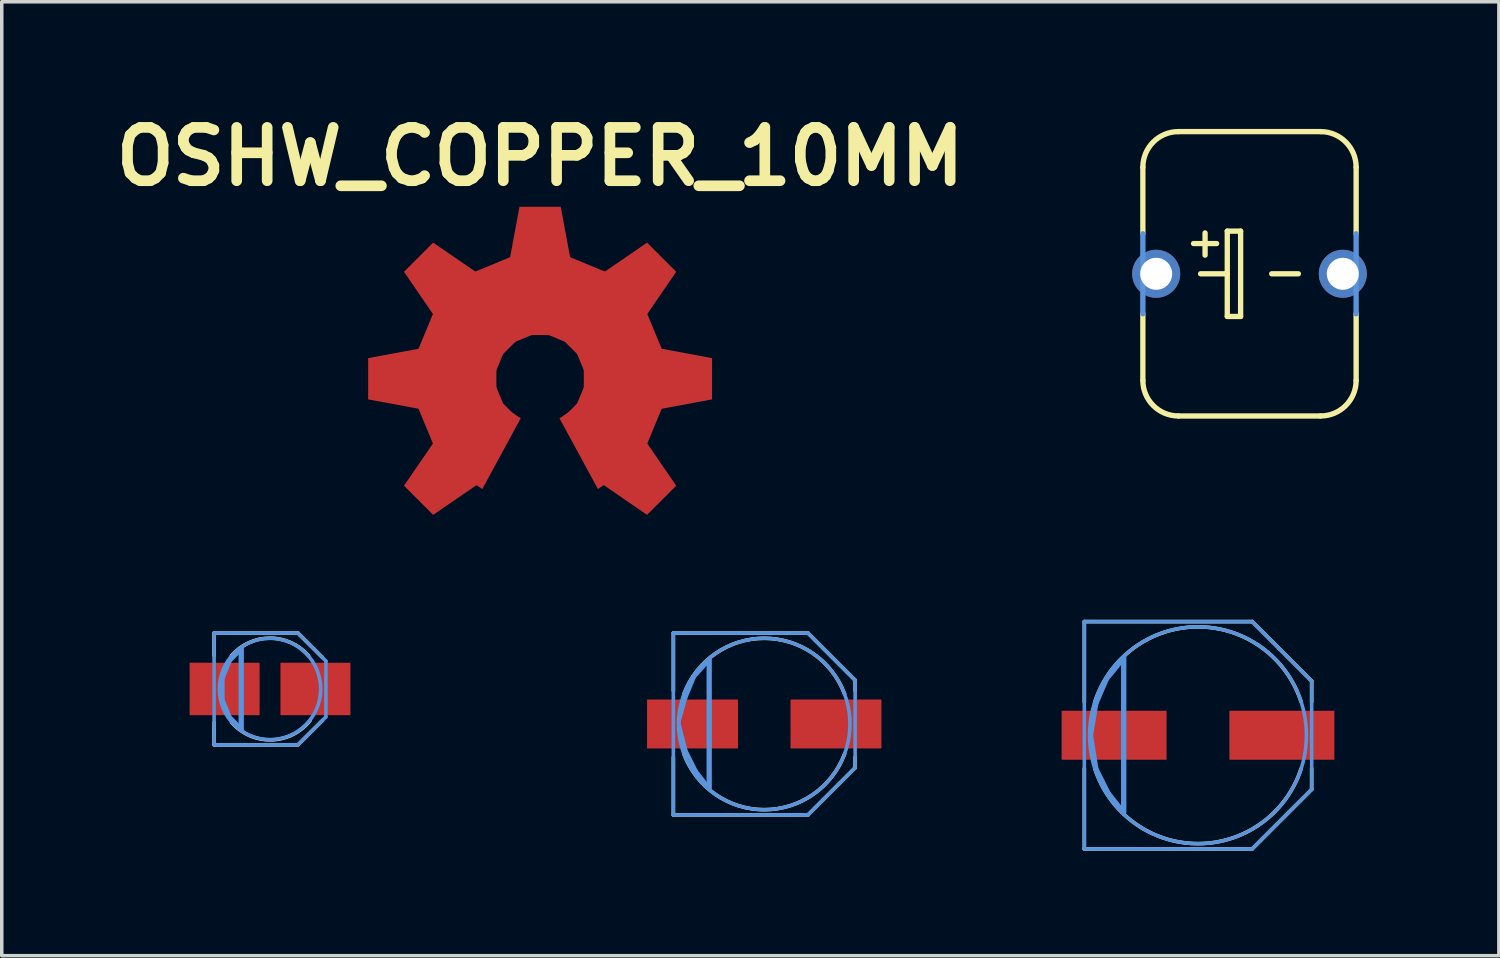
<source format=kicad_pcb>
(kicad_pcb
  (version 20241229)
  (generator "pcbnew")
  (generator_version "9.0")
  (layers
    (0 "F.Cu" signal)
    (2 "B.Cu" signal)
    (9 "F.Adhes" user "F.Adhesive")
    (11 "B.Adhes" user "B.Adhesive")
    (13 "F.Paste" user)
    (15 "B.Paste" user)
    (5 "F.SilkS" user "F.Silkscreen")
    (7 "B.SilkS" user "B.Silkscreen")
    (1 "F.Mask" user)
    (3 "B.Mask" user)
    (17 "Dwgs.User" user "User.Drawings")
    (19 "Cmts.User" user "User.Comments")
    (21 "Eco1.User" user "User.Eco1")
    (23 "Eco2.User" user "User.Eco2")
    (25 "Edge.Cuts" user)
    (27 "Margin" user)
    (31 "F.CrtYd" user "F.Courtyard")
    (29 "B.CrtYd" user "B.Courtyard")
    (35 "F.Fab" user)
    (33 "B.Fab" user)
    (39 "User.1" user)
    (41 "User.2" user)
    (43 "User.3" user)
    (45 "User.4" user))
  (footprint "PANASONIC_C"
    (layer "F.Cu")
    (at 18.795 17.644)
    (property "Reference" "PANASONIC_C" (at -0.566 -2.24 0) (layer "Eco1.User") (effects (font (size 1.016 1.016) (thickness 0.081))))
    (attr through_hole)
    (fp_line (start -2.598 -2.598) (end 1.25 -2.598) (stroke (width 0.102) (type solid)) (layer "F.SilkS"))
    (fp_line (start -2.598 -0.95) (end -2.598 -2.598) (stroke (width 0.102) (type solid)) (layer "F.SilkS"))
    (fp_line (start -2.598 2.598) (end -2.598 0.95) (stroke (width 0.102) (type solid)) (layer "F.SilkS"))
    (fp_line (start 1.25 -2.598) (end 2.598 -1.25) (stroke (width 0.102) (type solid)) (layer "F.SilkS"))
    (fp_line (start 1.25 2.598) (end -2.598 2.598) (stroke (width 0.102) (type solid)) (layer "F.SilkS"))
    (fp_line (start 2.598 -1.25) (end 2.598 -0.95) (stroke (width 0.102) (type solid)) (layer "F.SilkS"))
    (fp_line (start 2.598 0.95) (end 2.598 1.25) (stroke (width 0.102) (type solid)) (layer "F.SilkS"))
    (fp_line (start 2.598 1.25) (end 1.25 2.598) (stroke (width 0.102) (type solid)) (layer "F.SilkS"))
    (fp_arc (start -2.2987 -0.84836) (mid -0.001833 -2.450252) (end 2.297428 -0.851799) (stroke (width 0.1016) (type solid)) (layer "F.SilkS"))
    (fp_arc (start 2.297428 0.851799) (mid -0.001833 2.450252) (end -2.2987 0.84836) (stroke (width 0.1016) (type solid)) (layer "F.SilkS"))
    (fp_line (start -2.598 -2.598) (end 1.25 -2.598) (stroke (width 0.102) (type solid)) (layer "Cmts.User"))
    (fp_line (start -2.598 2.598) (end -2.598 -2.598) (stroke (width 0.102) (type solid)) (layer "Cmts.User"))
    (fp_line (start -2.449 -0.048) (end -2.248 0.749) (stroke (width 0.102) (type solid)) (layer "Cmts.User"))
    (fp_line (start -2.248 -0.749) (end -2.449 -0.048) (stroke (width 0.102) (type solid)) (layer "Cmts.User"))
    (fp_line (start -2.248 0.749) (end -1.948 1.349) (stroke (width 0.102) (type solid)) (layer "Cmts.User"))
    (fp_line (start -1.999 -1.349) (end -2.248 -0.749) (stroke (width 0.102) (type solid)) (layer "Cmts.User"))
    (fp_line (start -1.948 1.349) (end -1.598 1.798) (stroke (width 0.102) (type solid)) (layer "Cmts.User"))
    (fp_line (start -1.598 -1.798) (end -1.999 -1.349) (stroke (width 0.102) (type solid)) (layer "Cmts.User"))
    (fp_line (start -1.598 1.798) (end -1.598 -1.798) (stroke (width 0.102) (type solid)) (layer "Cmts.User"))
    (fp_line (start -1.549 -1.849) (end -1.549 1.849) (stroke (width 0.102) (type solid)) (layer "Cmts.User"))
    (fp_line (start 1.25 -2.598) (end 2.598 -1.25) (stroke (width 0.102) (type solid)) (layer "Cmts.User"))
    (fp_line (start 1.25 2.598) (end -2.598 2.598) (stroke (width 0.102) (type solid)) (layer "Cmts.User"))
    (fp_line (start 2.598 -1.25) (end 2.598 1.25) (stroke (width 0.102) (type solid)) (layer "Cmts.User"))
    (fp_line (start 2.598 1.25) (end 1.25 2.598) (stroke (width 0.102) (type solid)) (layer "Cmts.User"))
    (fp_circle (center 0 0) (end 2.449 0) (stroke (width 0.102) (type solid)) (fill no) (layer "Cmts.User"))
    (pad "+" smd rect (at 2.05 0) (size 2.598 1.4) (layers "F.Cu" "F.Mask" "F.Paste"))
    (pad "-" smd rect (at -2.05 0) (size 2.598 1.4) (layers "F.Cu" "F.Mask" "F.Paste")))
  (footprint "P128-60"
    (layer "F.Cu")
    (at 32.665 4.776)
    (property "Reference" "P128-60" (at -0.381 -3.81 0) (layer "Eco1.User") (effects (font (size 1.27 1.27) (thickness 0.127))))
    (attr through_hole)
    (fp_line (start -3.048 -3.048) (end -3.048 -1.143) (stroke (width 0.152) (type solid)) (layer "F.SilkS"))
    (fp_line (start -3.048 1.143) (end -3.048 3.048) (stroke (width 0.152) (type solid)) (layer "F.SilkS"))
    (fp_line (start -2.032 4.064) (end 2.032 4.064) (stroke (width 0.152) (type solid)) (layer "F.SilkS"))
    (fp_line (start -1.397 0) (end -0.635 0) (stroke (width 0.152) (type solid)) (layer "F.SilkS"))
    (fp_line (start -1.27 -1.168) (end -1.27 -0.533) (stroke (width 0.152) (type solid)) (layer "F.SilkS"))
    (fp_line (start -0.94 -0.864) (end -1.6 -0.864) (stroke (width 0.152) (type solid)) (layer "F.SilkS"))
    (fp_line (start -0.635 -1.219) (end -0.635 0) (stroke (width 0.152) (type solid)) (layer "F.SilkS"))
    (fp_line (start -0.635 0) (end -0.635 1.219) (stroke (width 0.152) (type solid)) (layer "F.SilkS"))
    (fp_line (start -0.635 1.219) (end -0.254 1.219) (stroke (width 0.152) (type solid)) (layer "F.SilkS"))
    (fp_line (start -0.254 -1.219) (end -0.635 -1.219) (stroke (width 0.152) (type solid)) (layer "F.SilkS"))
    (fp_line (start -0.254 1.219) (end -0.254 -1.219) (stroke (width 0.152) (type solid)) (layer "F.SilkS"))
    (fp_line (start 0.635 0) (end 1.397 0) (stroke (width 0.152) (type solid)) (layer "F.SilkS"))
    (fp_line (start 2.032 -4.064) (end -2.032 -4.064) (stroke (width 0.152) (type solid)) (layer "F.SilkS"))
    (fp_line (start 3.048 -3.048) (end 3.048 -1.143) (stroke (width 0.152) (type solid)) (layer "F.SilkS"))
    (fp_line (start 3.048 1.143) (end 3.048 3.048) (stroke (width 0.152) (type solid)) (layer "F.SilkS"))
    (fp_arc (start -3.048 -3.048) (mid -2.75042 -3.76642) (end -2.032 -4.064) (stroke (width 0.1524) (type solid)) (layer "F.SilkS"))
    (fp_arc (start -2.032 4.064) (mid -2.75042 3.76642) (end -3.048 3.048) (stroke (width 0.1524) (type solid)) (layer "F.SilkS"))
    (fp_arc (start 2.032 -4.064) (mid 2.75042 -3.76642) (end 3.048 -3.048) (stroke (width 0.1524) (type solid)) (layer "F.SilkS"))
    (fp_arc (start 3.048 3.048) (mid 2.75042 3.76642) (end 2.032 4.064) (stroke (width 0.1524) (type solid)) (layer "F.SilkS"))
    (fp_line (start -3.048 1.143) (end -3.048 -1.143) (stroke (width 0.152) (type solid)) (layer "Cmts.User"))
    (fp_line (start 3.048 1.143) (end 3.048 -1.143) (stroke (width 0.152) (type solid)) (layer "Cmts.User"))
    (pad "+" thru_hole oval (at -2.667 0) (size 1.372 1.372) (drill 0.914) (layers "*.Cu" "*.Mask"))
    (pad "-" thru_hole oval (at 2.667 0) (size 1.372 1.372) (drill 0.914) (layers "*.Cu" "*.Mask")))
  (footprint "OSHW_COPPER_10MM"
    (layer "F.Cu")
    (at 12.388 7.776)
    (property "Reference" "OSHW_COPPER_10MM" (at 0 -6.35 0) (layer "F.SilkS") (effects (font (size 1.524 1.524) (thickness 0.305))))
    (attr through_hole)
    (pad "" smd trapezoid (at -4.166 0 270) (size 1.458 1.499) (rect_delta 0 -0.279) (layers "F.Cu" "F.Mask" "F.Paste"))
    (pad "" smd trapezoid (at -2.944 -2.944 225) (size 1.458 1.499) (rect_delta 0 -0.279) (layers "F.Cu" "F.Mask" "F.Paste"))
    (pad "" smd trapezoid (at -2.944 2.944 315) (size 1.458 1.499) (rect_delta 0 -0.279) (layers "F.Cu" "F.Mask" "F.Paste"))
    (pad "" smd trapezoid (at -2.395 0 270) (size 1.082 2.291) (rect_delta 0 0.414) (layers "F.Cu" "F.Mask" "F.Paste"))
    (pad "" smd trapezoid (at -2.212 -0.914 247.5) (size 1.082 2.291) (rect_delta 0 0.414) (layers "F.Cu" "F.Mask" "F.Paste"))
    (pad "" smd trapezoid (at -2.212 0.914 292.5) (size 1.082 2.291) (rect_delta 0 0.414) (layers "F.Cu" "F.Mask" "F.Paste"))
    (pad "" smd trapezoid (at -1.692 -1.692 225) (size 1.082 2.291) (rect_delta 0 0.414) (layers "F.Cu" "F.Mask" "F.Paste"))
    (pad "" smd trapezoid (at -1.692 1.692 315) (size 1.082 2.291) (rect_delta 0 0.414) (layers "F.Cu" "F.Mask" "F.Paste"))
    (pad "" smd trapezoid (at -1.328 1.991 326.3) (size 0.541 2.291) (rect_delta 0 0.208) (layers "F.Cu" "F.Mask" "F.Paste"))
    (pad "" smd trapezoid (at -0.914 -2.212 202.5) (size 1.082 2.291) (rect_delta 0 0.414) (layers "F.Cu" "F.Mask" "F.Paste"))
    (pad "" smd trapezoid (at 0 -4.166 180) (size 1.458 1.499) (rect_delta 0 -0.279) (layers "F.Cu" "F.Mask" "F.Paste"))
    (pad "" smd trapezoid (at 0 -2.395 180) (size 1.082 2.291) (rect_delta 0 0.414) (layers "F.Cu" "F.Mask" "F.Paste"))
    (pad "" smd trapezoid (at 0.914 -2.212 157.5) (size 1.082 2.291) (rect_delta 0 0.414) (layers "F.Cu" "F.Mask" "F.Paste"))
    (pad "" smd trapezoid (at 1.328 1.991 33.7) (size 0.541 2.291) (rect_delta 0 0.208) (layers "F.Cu" "F.Mask" "F.Paste"))
    (pad "" smd trapezoid (at 1.692 -1.692 135) (size 1.082 2.291) (rect_delta 0 0.414) (layers "F.Cu" "F.Mask" "F.Paste"))
    (pad "" smd trapezoid (at 1.692 1.692 45) (size 1.082 2.291) (rect_delta 0 0.414) (layers "F.Cu" "F.Mask" "F.Paste"))
    (pad "" smd trapezoid (at 2.212 -0.914 112.5) (size 1.082 2.291) (rect_delta 0 0.414) (layers "F.Cu" "F.Mask" "F.Paste"))
    (pad "" smd trapezoid (at 2.212 0.914 67.5) (size 1.082 2.291) (rect_delta 0 0.414) (layers "F.Cu" "F.Mask" "F.Paste"))
    (pad "" smd trapezoid (at 2.395 0 90) (size 1.082 2.291) (rect_delta 0 0.414) (layers "F.Cu" "F.Mask" "F.Paste"))
    (pad "" smd trapezoid (at 2.944 -2.944 135) (size 1.458 1.499) (rect_delta 0 -0.279) (layers "F.Cu" "F.Mask" "F.Paste"))
    (pad "" smd trapezoid (at 2.944 2.944 45) (size 1.458 1.499) (rect_delta 0 -0.279) (layers "F.Cu" "F.Mask" "F.Paste"))
    (pad "" smd trapezoid (at 4.166 0 90) (size 1.458 1.499) (rect_delta 0 -0.279) (layers "F.Cu" "F.Mask" "F.Paste")))
  (footprint "PANASONIC_D"
    (layer "F.Cu")
    (at 31.193 17.966)
    (property "Reference" "PANASONIC_D" (at 0.284 -0.49 0) (layer "Eco1.User") (effects (font (size 1.016 1.016) (thickness 0.081))))
    (attr through_hole)
    (fp_line (start -3.249 -3.249) (end 1.549 -3.249) (stroke (width 0.102) (type solid)) (layer "F.SilkS"))
    (fp_line (start -3.249 -0.95) (end -3.249 -3.249) (stroke (width 0.102) (type solid)) (layer "F.SilkS"))
    (fp_line (start -3.249 3.249) (end -3.249 0.95) (stroke (width 0.102) (type solid)) (layer "F.SilkS"))
    (fp_line (start 1.549 -3.249) (end 3.249 -1.549) (stroke (width 0.102) (type solid)) (layer "F.SilkS"))
    (fp_line (start 1.549 3.249) (end -3.249 3.249) (stroke (width 0.102) (type solid)) (layer "F.SilkS"))
    (fp_line (start 3.249 -1.549) (end 3.249 -0.95) (stroke (width 0.102) (type solid)) (layer "F.SilkS"))
    (fp_line (start 3.249 0.95) (end 3.249 1.549) (stroke (width 0.102) (type solid)) (layer "F.SilkS"))
    (fp_line (start 3.249 1.549) (end 1.549 3.249) (stroke (width 0.102) (type solid)) (layer "F.SilkS"))
    (fp_arc (start -2.94894 -0.94996) (mid -0.0024 -3.098171) (end 2.947465 -0.954527) (stroke (width 0.1016) (type solid)) (layer "F.SilkS"))
    (fp_arc (start 2.947465 0.954527) (mid -0.0024 3.098171) (end -2.94894 0.94996) (stroke (width 0.1016) (type solid)) (layer "F.SilkS"))
    (fp_line (start -3.249 -3.249) (end 1.549 -3.249) (stroke (width 0.102) (type solid)) (layer "Cmts.User"))
    (fp_line (start -3.249 3.249) (end -3.249 -3.249) (stroke (width 0.102) (type solid)) (layer "Cmts.User"))
    (fp_line (start -3.048 0) (end -2.898 0.95) (stroke (width 0.102) (type solid)) (layer "Cmts.User"))
    (fp_line (start -2.898 -0.899) (end -3.048 0) (stroke (width 0.102) (type solid)) (layer "Cmts.User"))
    (fp_line (start -2.898 0.95) (end -2.548 1.648) (stroke (width 0.102) (type solid)) (layer "Cmts.User"))
    (fp_line (start -2.598 -1.598) (end -2.898 -0.899) (stroke (width 0.102) (type solid)) (layer "Cmts.User"))
    (fp_line (start -2.548 1.648) (end -2.149 2.149) (stroke (width 0.102) (type solid)) (layer "Cmts.User"))
    (fp_line (start -2.149 -2.149) (end -2.598 -1.598) (stroke (width 0.102) (type solid)) (layer "Cmts.User"))
    (fp_line (start -2.149 -2.098) (end -2.149 -2.149) (stroke (width 0.102) (type solid)) (layer "Cmts.User"))
    (fp_line (start -2.149 2.149) (end -2.149 -2.098) (stroke (width 0.102) (type solid)) (layer "Cmts.User"))
    (fp_line (start -2.098 -2.248) (end -2.098 2.2) (stroke (width 0.102) (type solid)) (layer "Cmts.User"))
    (fp_line (start 1.549 -3.249) (end 3.249 -1.549) (stroke (width 0.102) (type solid)) (layer "Cmts.User"))
    (fp_line (start 1.549 3.249) (end -3.249 3.249) (stroke (width 0.102) (type solid)) (layer "Cmts.User"))
    (fp_line (start 3.249 -1.549) (end 3.249 1.549) (stroke (width 0.102) (type solid)) (layer "Cmts.User"))
    (fp_line (start 3.249 1.549) (end 1.549 3.249) (stroke (width 0.102) (type solid)) (layer "Cmts.User"))
    (fp_circle (center 0 0) (end 3.099 0) (stroke (width 0.102) (type solid)) (fill no) (layer "Cmts.User"))
    (pad "+" smd rect (at 2.398 0) (size 3 1.4) (layers "F.Cu" "F.Mask" "F.Paste"))
    (pad "-" smd rect (at -2.398 0) (size 3 1.4) (layers "F.Cu" "F.Mask" "F.Paste")))
  (footprint "PANASONIC_A"
    (layer "F.Cu")
    (at 4.668 16.643)
    (property "Reference" "PANASONIC_A" (at 0.384 -1.24 0) (layer "Eco1.User") (effects (font (size 1.016 1.016) (thickness 0.081))))
    (attr through_hole)
    (fp_line (start -1.598 -1.598) (end 0.798 -1.598) (stroke (width 0.102) (type solid)) (layer "F.SilkS"))
    (fp_line (start -1.598 -0.95) (end -1.598 -1.598) (stroke (width 0.102) (type solid)) (layer "F.SilkS"))
    (fp_line (start -1.598 1.598) (end -1.598 0.95) (stroke (width 0.102) (type solid)) (layer "F.SilkS"))
    (fp_line (start 0.798 -1.598) (end 1.499 -0.899) (stroke (width 0.102) (type solid)) (layer "F.SilkS"))
    (fp_line (start 0.798 1.598) (end -1.598 1.598) (stroke (width 0.102) (type solid)) (layer "F.SilkS"))
    (fp_line (start 1.499 0.899) (end 0.798 1.598) (stroke (width 0.102) (type solid)) (layer "F.SilkS"))
    (fp_arc (start -1.09982 -0.94996) (mid -0.000798 -1.453282) (end 1.098776 -0.951168) (stroke (width 0.1016) (type solid)) (layer "F.SilkS"))
    (fp_arc (start 1.146957 0.89885) (mid 0.035635 1.454829) (end -1.09982 0.94996) (stroke (width 0.1016) (type solid)) (layer "F.SilkS"))
    (fp_line (start -1.598 -1.598) (end 0.798 -1.598) (stroke (width 0.102) (type solid)) (layer "Cmts.User"))
    (fp_line (start -1.598 1.598) (end -1.598 -1.598) (stroke (width 0.102) (type solid)) (layer "Cmts.User"))
    (fp_line (start -1.349 -0.3) (end -1.349 0.3) (stroke (width 0.102) (type solid)) (layer "Cmts.User"))
    (fp_line (start -1.349 0.3) (end -1.148 0.798) (stroke (width 0.102) (type solid)) (layer "Cmts.User"))
    (fp_line (start -1.148 -0.798) (end -1.349 -0.3) (stroke (width 0.102) (type solid)) (layer "Cmts.User"))
    (fp_line (start -1.148 0.798) (end -0.848 1.1) (stroke (width 0.102) (type solid)) (layer "Cmts.User"))
    (fp_line (start -0.848 -1.1) (end -1.148 -0.798) (stroke (width 0.102) (type solid)) (layer "Cmts.User"))
    (fp_line (start -0.848 -1.049) (end -0.848 -1.1) (stroke (width 0.102) (type solid)) (layer "Cmts.User"))
    (fp_line (start -0.848 1.1) (end -0.848 -1.049) (stroke (width 0.102) (type solid)) (layer "Cmts.User"))
    (fp_line (start -0.798 -1.199) (end -0.798 1.199) (stroke (width 0.102) (type solid)) (layer "Cmts.User"))
    (fp_line (start 0.798 -1.598) (end 1.598 -0.798) (stroke (width 0.102) (type solid)) (layer "Cmts.User"))
    (fp_line (start 0.798 1.598) (end -1.598 1.598) (stroke (width 0.102) (type solid)) (layer "Cmts.User"))
    (fp_line (start 1.598 -0.798) (end 1.598 0.798) (stroke (width 0.102) (type solid)) (layer "Cmts.User"))
    (fp_line (start 1.598 0.798) (end 0.798 1.598) (stroke (width 0.102) (type solid)) (layer "Cmts.User"))
    (fp_circle (center 0 0) (end 1.448 0) (stroke (width 0.102) (type solid)) (fill no) (layer "Cmts.User"))
    (pad "+" smd rect (at 1.298 0) (size 1.999 1.499) (layers "F.Cu" "F.Mask" "F.Paste"))
    (pad "-" smd rect (at -1.298 0) (size 1.999 1.499) (layers "F.Cu" "F.Mask" "F.Paste")))
  (gr_rect
    (start -3 -3)
    (end 39.793 24.266)
    (stroke (width 0.1) (type default))
    (fill no)
    (layer "Edge.Cuts")))
</source>
